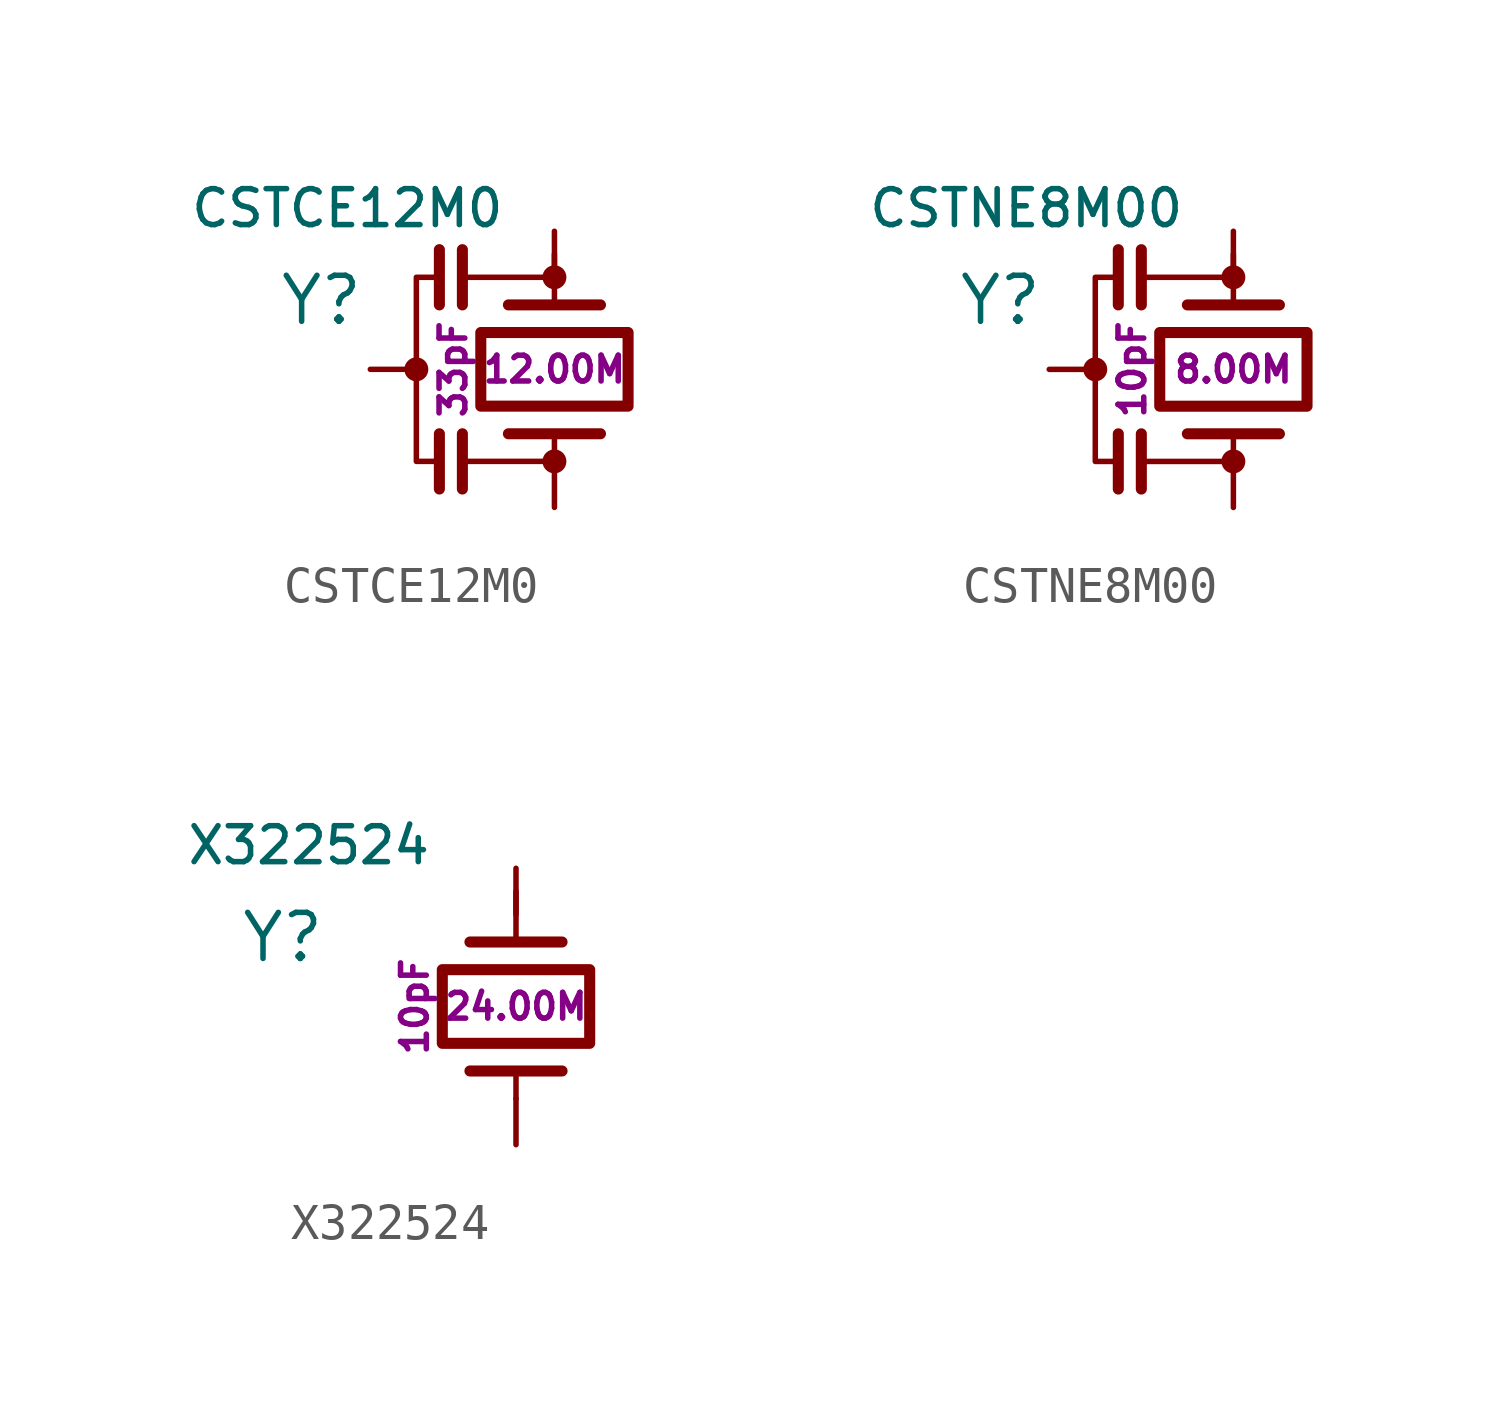
<source format=kicad_sym>
(kicad_symbol_lib
  (version 20211014)
  (generator kicad_symbol_editor)
  (symbol "CSTCE12M0"
    (pin_numbers hide)
    (pin_names
      (offset 0.254) hide)
    (property "Reference" "Y"
      (at -7.62 1.905 0)
      (effects (font (size 1.27 1.27)) (justify left)))
    (property "Value" "CSTCE12M0"
      (at -5.715 4.445 0)
      (effects (font (size 0.991 0.991))))
    (property "Frequency" "12.00M"
      (at 0 0 0)
      (effects (font (size 0.711 0.711))))
    (property "Load Capacitance" "33pF"
      (at -2.794 0 90)
      (effects (font (size 0.711 0.711))))
    (symbol "CSTCE12M0_1_1"
      (circle (center -3.81 0) (radius 0.254) (stroke (width 0) (type default) (color 0 0 0 0)) (fill (type outline)))
      (circle (center 0 -2.54) (radius 0.254) (stroke (width 0) (type default) (color 0 0 0 0)) (fill (type outline)))
      (polyline (pts (xy -3.175 -1.778) (xy -3.175 -3.302)) (stroke (width 0.305) (type default) (color 0 0 0 0)) (fill (type none)))
      (polyline (pts (xy -3.175 3.302) (xy -3.175 1.778)) (stroke (width 0.305) (type default) (color 0 0 0 0)) (fill (type none)))
      (polyline (pts (xy -2.54 -3.302) (xy -2.54 -1.778)) (stroke (width 0.305) (type default) (color 0 0 0 0)) (fill (type none)))
      (polyline (pts (xy -2.54 1.778) (xy -2.54 3.302)) (stroke (width 0.305) (type default) (color 0 0 0 0)) (fill (type none)))
      (polyline (pts (xy -2.413 2.54) (xy 0 2.54)) (stroke (width 0) (type default) (color 0 0 0 0)) (fill (type none)))
      (polyline (pts (xy -1.27 -1.778) (xy 1.27 -1.778)) (stroke (width 0.305) (type default) (color 0 0 0 0)) (fill (type none)))
      (polyline (pts (xy -1.27 1.778) (xy 1.27 1.778)) (stroke (width 0.305) (type default) (color 0 0 0 0)) (fill (type none)))
      (polyline (pts (xy 0 -2.54) (xy -2.54 -2.54)) (stroke (width 0) (type default) (color 0 0 0 0)) (fill (type none)))
      (polyline (pts (xy 0 -1.905) (xy 0 -2.54)) (stroke (width 0) (type default) (color 0 0 0 0)) (fill (type none)))
      (polyline (pts (xy 0 1.905) (xy 0 3.175)) (stroke (width 0) (type default) (color 0 0 0 0)) (fill (type none)))
      (polyline (pts (xy -3.302 -2.54) (xy -3.81 -2.54) (xy -3.81 2.54) (xy -3.302 2.54)) (stroke (width 0) (type default) (color 0 0 0 0)) (fill (type none)))
      (circle (center 0 2.54) (radius 0.254) (stroke (width 0) (type default) (color 0 0 0 0)) (fill (type outline)))
      (rectangle (start 2.032 1.016) (end -2.032 -1.016) (stroke (width 0.305) (type default) (color 0 0 0 0)) (fill (type none)))
      (pin passive line (at 0 3.81 270) (length 1.27) (name "1" (effects (font (size 1.27 1.27)))) (number "1" (effects (font (size 1.27 1.27)))))
      (pin passive line (at -5.08 0 0) (length 1.27) (name "2" (effects (font (size 1.27 1.27)))) (number "2" (effects (font (size 1.27 1.27)))))
      (pin passive line (at 0 -3.81 90) (length 1.27) (name "3" (effects (font (size 1.27 1.27)))) (number "3" (effects (font (size 1.27 1.27)))))))
  (symbol "CSTNE8M00"
    (pin_numbers hide)
    (pin_names
      (offset 0.254) hide)
    (property "Reference" "Y"
      (at -7.62 1.905 0)
      (effects (font (size 1.27 1.27)) (justify left)))
    (property "Value" "CSTNE8M00"
      (at -5.715 4.445 0)
      (effects (font (size 0.991 0.991))))
    (property "Frequency" "8.00M"
      (at 0 0 0)
      (effects (font (size 0.711 0.711))))
    (property "Load Capacitance" "10pF"
      (at -2.794 0 90)
      (effects (font (size 0.711 0.711))))
    (symbol "CSTNE8M00_1_1"
      (circle (center -3.81 0) (radius 0.254) (stroke (width 0) (type default) (color 0 0 0 0)) (fill (type outline)))
      (circle (center 0 -2.54) (radius 0.254) (stroke (width 0) (type default) (color 0 0 0 0)) (fill (type outline)))
      (polyline (pts (xy -3.175 -1.778) (xy -3.175 -3.302)) (stroke (width 0.305) (type default) (color 0 0 0 0)) (fill (type none)))
      (polyline (pts (xy -3.175 3.302) (xy -3.175 1.778)) (stroke (width 0.305) (type default) (color 0 0 0 0)) (fill (type none)))
      (polyline (pts (xy -2.54 -3.302) (xy -2.54 -1.778)) (stroke (width 0.305) (type default) (color 0 0 0 0)) (fill (type none)))
      (polyline (pts (xy -2.54 1.778) (xy -2.54 3.302)) (stroke (width 0.305) (type default) (color 0 0 0 0)) (fill (type none)))
      (polyline (pts (xy -2.413 2.54) (xy 0 2.54)) (stroke (width 0) (type default) (color 0 0 0 0)) (fill (type none)))
      (polyline (pts (xy -1.27 -1.778) (xy 1.27 -1.778)) (stroke (width 0.305) (type default) (color 0 0 0 0)) (fill (type none)))
      (polyline (pts (xy -1.27 1.778) (xy 1.27 1.778)) (stroke (width 0.305) (type default) (color 0 0 0 0)) (fill (type none)))
      (polyline (pts (xy 0 -2.54) (xy -2.54 -2.54)) (stroke (width 0) (type default) (color 0 0 0 0)) (fill (type none)))
      (polyline (pts (xy 0 -1.905) (xy 0 -2.54)) (stroke (width 0) (type default) (color 0 0 0 0)) (fill (type none)))
      (polyline (pts (xy 0 1.905) (xy 0 3.175)) (stroke (width 0) (type default) (color 0 0 0 0)) (fill (type none)))
      (polyline (pts (xy -3.302 -2.54) (xy -3.81 -2.54) (xy -3.81 2.54) (xy -3.302 2.54)) (stroke (width 0) (type default) (color 0 0 0 0)) (fill (type none)))
      (circle (center 0 2.54) (radius 0.254) (stroke (width 0) (type default) (color 0 0 0 0)) (fill (type outline)))
      (rectangle (start 2.032 1.016) (end -2.032 -1.016) (stroke (width 0.305) (type default) (color 0 0 0 0)) (fill (type none)))
      (pin passive line (at 0 3.81 270) (length 1.27) (name "1" (effects (font (size 1.27 1.27)))) (number "1" (effects (font (size 1.27 1.27)))))
      (pin passive line (at -5.08 0 0) (length 1.27) (name "2" (effects (font (size 1.27 1.27)))) (number "2" (effects (font (size 1.27 1.27)))))
      (pin passive line (at 0 -3.81 90) (length 1.27) (name "3" (effects (font (size 1.27 1.27)))) (number "3" (effects (font (size 1.27 1.27)))))))
  (symbol "X322524"
    (pin_numbers hide)
    (pin_names
      (offset 0.254) hide)
    (property "Reference" "Y"
      (at -7.62 1.905 0)
      (effects (font (size 1.27 1.27)) (justify left)))
    (property "Value" "X322524"
      (at -5.715 4.445 0)
      (effects (font (size 0.991 0.991))))
    (property "Frequency" "24.00M"
      (at 0 0 0)
      (effects (font (size 0.711 0.711))))
    (property "Load Capacitance" "10pF"
      (at -2.794 0 90)
      (effects (font (size 0.711 0.711))))
    (symbol "X322524_1_1"
      (polyline (pts (xy -1.27 -1.778) (xy 1.27 -1.778)) (stroke (width 0.305) (type default) (color 0 0 0 0)) (fill (type none)))
      (polyline (pts (xy -1.27 1.778) (xy 1.27 1.778)) (stroke (width 0.305) (type default) (color 0 0 0 0)) (fill (type none)))
      (polyline (pts (xy 0 -1.905) (xy 0 -2.54)) (stroke (width 0) (type default) (color 0 0 0 0)) (fill (type none)))
      (polyline (pts (xy 0 1.905) (xy 0 3.175)) (stroke (width 0) (type default) (color 0 0 0 0)) (fill (type none)))
      (rectangle (start 2.032 1.016) (end -2.032 -1.016) (stroke (width 0.305) (type default) (color 0 0 0 0)) (fill (type none)))
      (pin passive line (at 0 3.81 270) (length 1.27) (name "1" (effects (font (size 1.27 1.27)))) (number "1" (effects (font (size 1.27 1.27)))))
      (pin passive line (at 0 -3.81 90) (length 1.27) (name "2" (effects (font (size 1.27 1.27)))) (number "2" (effects (font (size 1.27 1.27))))))))
</source>
